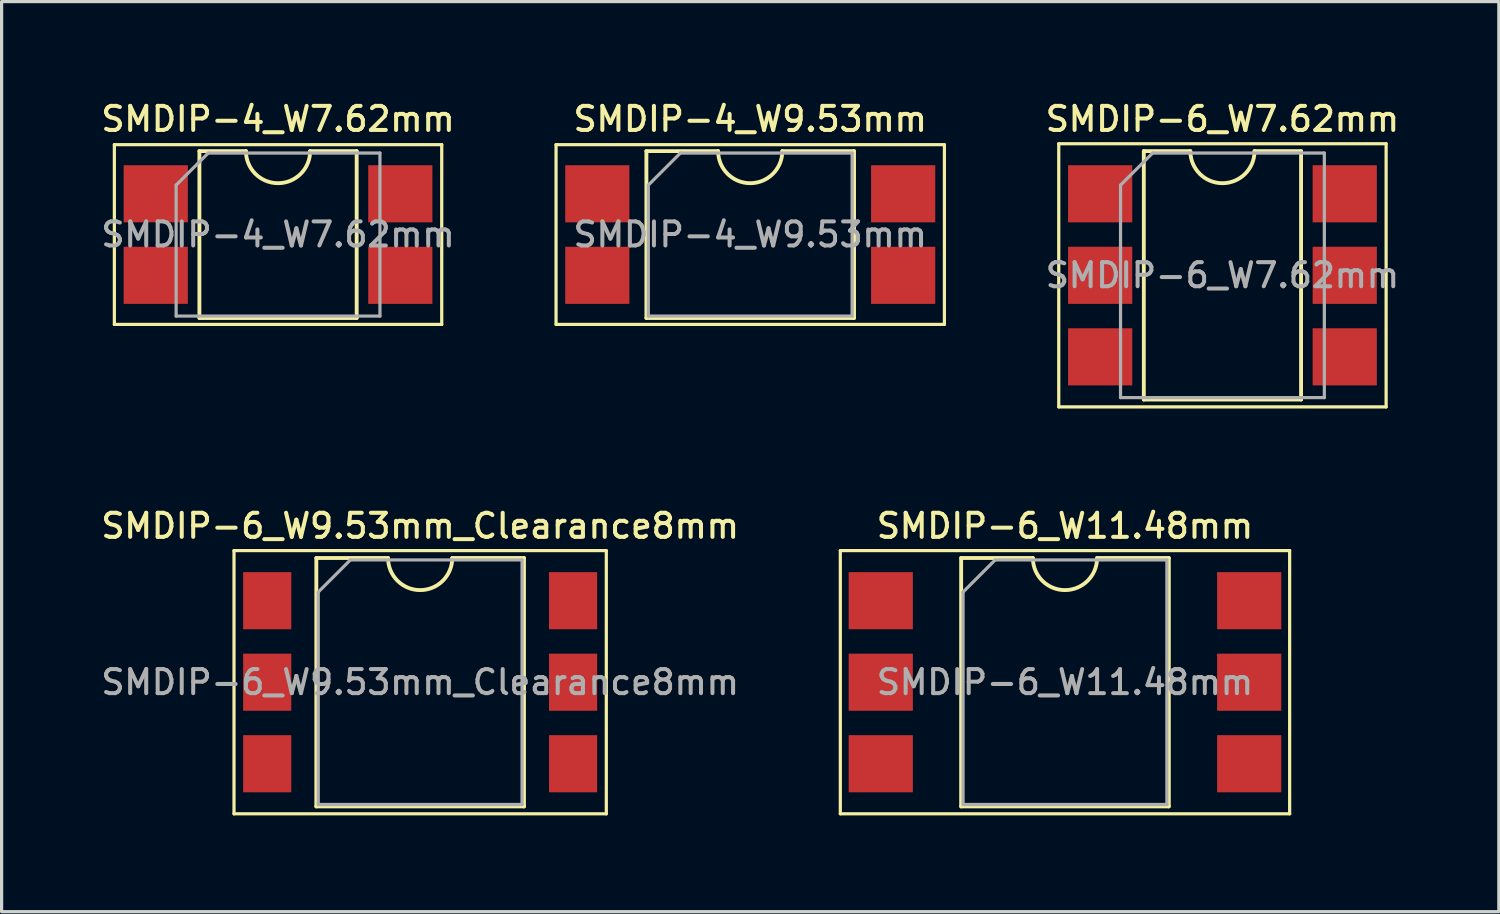
<source format=kicad_pcb>
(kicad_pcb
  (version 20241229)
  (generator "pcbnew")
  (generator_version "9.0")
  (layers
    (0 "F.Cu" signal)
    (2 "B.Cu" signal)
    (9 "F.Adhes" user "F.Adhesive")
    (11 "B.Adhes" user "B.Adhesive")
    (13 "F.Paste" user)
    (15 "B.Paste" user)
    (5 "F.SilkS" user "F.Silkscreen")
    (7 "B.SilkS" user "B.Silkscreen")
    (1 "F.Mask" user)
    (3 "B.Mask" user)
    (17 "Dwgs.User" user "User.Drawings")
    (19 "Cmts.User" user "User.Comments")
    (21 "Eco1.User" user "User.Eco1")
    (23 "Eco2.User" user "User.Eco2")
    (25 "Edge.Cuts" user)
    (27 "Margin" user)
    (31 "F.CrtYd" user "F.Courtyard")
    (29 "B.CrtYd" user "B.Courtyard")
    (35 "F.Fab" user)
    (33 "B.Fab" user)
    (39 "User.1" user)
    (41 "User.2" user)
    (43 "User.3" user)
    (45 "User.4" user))
  (footprint "SMDIP-4_W7.62mm"
    (layer "F.Cu")
    (at 5.613 4.258)
    (property "Reference" "SMDIP-4_W7.62mm" (at 0 -3.6 0) (layer "F.SilkS") (effects (font (size 0.75 0.75) (thickness 0.125))))
    (attr smd)
    (fp_line (start -5.1 -2.8) (end -5.1 2.8) (stroke (width 0.1) (type solid)) (layer "F.SilkS"))
    (fp_line (start -5.1 2.8) (end 5.1 2.8) (stroke (width 0.1) (type solid)) (layer "F.SilkS"))
    (fp_line (start -2.45 -2.6) (end -2.45 2.6) (stroke (width 0.12) (type solid)) (layer "F.SilkS"))
    (fp_line (start -2.45 2.6) (end 2.45 2.6) (stroke (width 0.12) (type solid)) (layer "F.SilkS"))
    (fp_line (start -1 -2.6) (end -2.45 -2.6) (stroke (width 0.12) (type solid)) (layer "F.SilkS"))
    (fp_line (start 2.45 -2.6) (end 1 -2.6) (stroke (width 0.12) (type solid)) (layer "F.SilkS"))
    (fp_line (start 2.45 2.6) (end 2.45 -2.6) (stroke (width 0.12) (type solid)) (layer "F.SilkS"))
    (fp_line (start 5.1 -2.8) (end -5.1 -2.8) (stroke (width 0.1) (type solid)) (layer "F.SilkS"))
    (fp_line (start 5.1 2.8) (end 5.1 -2.8) (stroke (width 0.1) (type solid)) (layer "F.SilkS"))
    (fp_arc (start 1 -2.6) (mid 0 -1.6) (end -1 -2.6) (stroke (width 0.12) (type solid)) (layer "F.SilkS"))
    (fp_line (start -3.175 -1.54) (end -2.175 -2.54) (stroke (width 0.1) (type solid)) (layer "F.Fab"))
    (fp_line (start -3.175 2.54) (end -3.175 -1.54) (stroke (width 0.1) (type solid)) (layer "F.Fab"))
    (fp_line (start -2.175 -2.54) (end 3.175 -2.54) (stroke (width 0.1) (type solid)) (layer "F.Fab"))
    (fp_line (start 3.175 -2.54) (end 3.175 2.54) (stroke (width 0.1) (type solid)) (layer "F.Fab"))
    (fp_line (start 3.175 2.54) (end -3.175 2.54) (stroke (width 0.1) (type solid)) (layer "F.Fab"))
    (fp_text user "${REFERENCE}" (at 0 0 0) (layer "F.Fab") (effects (font (size 0.75 0.75) (thickness 0.125))))
    (pad "1" smd rect (at -3.81 -1.27) (size 2 1.78) (layers "F.Cu" "F.Mask" "F.Paste"))
    (pad "2" smd rect (at -3.81 1.27) (size 2 1.78) (layers "F.Cu" "F.Mask" "F.Paste"))
    (pad "3" smd rect (at 3.81 1.27) (size 2 1.78) (layers "F.Cu" "F.Mask" "F.Paste"))
    (pad "4" smd rect (at 3.81 -1.27) (size 2 1.78) (layers "F.Cu" "F.Mask" "F.Paste")))
  (footprint "SMDIP-4_W9.53mm"
    (layer "F.Cu")
    (at 20.325 4.258)
    (property "Reference" "SMDIP-4_W9.53mm" (at 0 -3.6 0) (layer "F.SilkS") (effects (font (size 0.75 0.75) (thickness 0.125))))
    (attr smd)
    (fp_line (start -6.05 -2.8) (end -6.05 2.8) (stroke (width 0.1) (type solid)) (layer "F.SilkS"))
    (fp_line (start -6.05 2.8) (end 6.05 2.8) (stroke (width 0.1) (type solid)) (layer "F.SilkS"))
    (fp_line (start -3.235 -2.6) (end -3.235 2.6) (stroke (width 0.12) (type solid)) (layer "F.SilkS"))
    (fp_line (start -3.235 2.6) (end 3.235 2.6) (stroke (width 0.12) (type solid)) (layer "F.SilkS"))
    (fp_line (start -1 -2.6) (end -3.235 -2.6) (stroke (width 0.12) (type solid)) (layer "F.SilkS"))
    (fp_line (start 3.235 -2.6) (end 1 -2.6) (stroke (width 0.12) (type solid)) (layer "F.SilkS"))
    (fp_line (start 3.235 2.6) (end 3.235 -2.6) (stroke (width 0.12) (type solid)) (layer "F.SilkS"))
    (fp_line (start 6.05 -2.8) (end -6.05 -2.8) (stroke (width 0.1) (type solid)) (layer "F.SilkS"))
    (fp_line (start 6.05 2.8) (end 6.05 -2.8) (stroke (width 0.1) (type solid)) (layer "F.SilkS"))
    (fp_arc (start 1 -2.6) (mid 0 -1.6) (end -1 -2.6) (stroke (width 0.12) (type solid)) (layer "F.SilkS"))
    (fp_line (start -3.175 -1.54) (end -2.175 -2.54) (stroke (width 0.1) (type solid)) (layer "F.Fab"))
    (fp_line (start -3.175 2.54) (end -3.175 -1.54) (stroke (width 0.1) (type solid)) (layer "F.Fab"))
    (fp_line (start -2.175 -2.54) (end 3.175 -2.54) (stroke (width 0.1) (type solid)) (layer "F.Fab"))
    (fp_line (start 3.175 -2.54) (end 3.175 2.54) (stroke (width 0.1) (type solid)) (layer "F.Fab"))
    (fp_line (start 3.175 2.54) (end -3.175 2.54) (stroke (width 0.1) (type solid)) (layer "F.Fab"))
    (fp_text user "${REFERENCE}" (at 0 0 0) (layer "F.Fab") (effects (font (size 0.75 0.75) (thickness 0.125))))
    (pad "1" smd rect (at -4.765 -1.27) (size 2 1.78) (layers "F.Cu" "F.Mask" "F.Paste"))
    (pad "2" smd rect (at -4.765 1.27) (size 2 1.78) (layers "F.Cu" "F.Mask" "F.Paste"))
    (pad "3" smd rect (at 4.765 1.27) (size 2 1.78) (layers "F.Cu" "F.Mask" "F.Paste"))
    (pad "4" smd rect (at 4.765 -1.27) (size 2 1.78) (layers "F.Cu" "F.Mask" "F.Paste")))
  (footprint "SMDIP-6_W7.62mm"
    (layer "F.Cu")
    (at 35.038 5.528)
    (property "Reference" "SMDIP-6_W7.62mm" (at 0 -4.87 0) (layer "F.SilkS") (effects (font (size 0.75 0.75) (thickness 0.125))))
    (attr smd)
    (fp_line (start -5.1 -4.1) (end -5.1 4.1) (stroke (width 0.1) (type solid)) (layer "F.SilkS"))
    (fp_line (start -5.1 4.1) (end 5.1 4.1) (stroke (width 0.1) (type solid)) (layer "F.SilkS"))
    (fp_line (start -2.45 -3.87) (end -2.45 3.87) (stroke (width 0.12) (type solid)) (layer "F.SilkS"))
    (fp_line (start -2.45 3.87) (end 2.45 3.87) (stroke (width 0.12) (type solid)) (layer "F.SilkS"))
    (fp_line (start -1 -3.87) (end -2.45 -3.87) (stroke (width 0.12) (type solid)) (layer "F.SilkS"))
    (fp_line (start 2.45 -3.87) (end 1 -3.87) (stroke (width 0.12) (type solid)) (layer "F.SilkS"))
    (fp_line (start 2.45 3.87) (end 2.45 -3.87) (stroke (width 0.12) (type solid)) (layer "F.SilkS"))
    (fp_line (start 5.1 -4.1) (end -5.1 -4.1) (stroke (width 0.1) (type solid)) (layer "F.SilkS"))
    (fp_line (start 5.1 4.1) (end 5.1 -4.1) (stroke (width 0.1) (type solid)) (layer "F.SilkS"))
    (fp_arc (start 1 -3.87) (mid 0 -2.87) (end -1 -3.87) (stroke (width 0.12) (type solid)) (layer "F.SilkS"))
    (fp_line (start -3.175 -2.81) (end -2.175 -3.81) (stroke (width 0.1) (type solid)) (layer "F.Fab"))
    (fp_line (start -3.175 3.81) (end -3.175 -2.81) (stroke (width 0.1) (type solid)) (layer "F.Fab"))
    (fp_line (start -2.175 -3.81) (end 3.175 -3.81) (stroke (width 0.1) (type solid)) (layer "F.Fab"))
    (fp_line (start 3.175 -3.81) (end 3.175 3.81) (stroke (width 0.1) (type solid)) (layer "F.Fab"))
    (fp_line (start 3.175 3.81) (end -3.175 3.81) (stroke (width 0.1) (type solid)) (layer "F.Fab"))
    (fp_text user "${REFERENCE}" (at 0 0 0) (layer "F.Fab") (effects (font (size 0.75 0.75) (thickness 0.125))))
    (pad "1" smd rect (at -3.81 -2.54) (size 2 1.78) (layers "F.Cu" "F.Mask" "F.Paste"))
    (pad "2" smd rect (at -3.81 0) (size 2 1.78) (layers "F.Cu" "F.Mask" "F.Paste"))
    (pad "3" smd rect (at -3.81 2.54) (size 2 1.78) (layers "F.Cu" "F.Mask" "F.Paste"))
    (pad "4" smd rect (at 3.81 2.54) (size 2 1.78) (layers "F.Cu" "F.Mask" "F.Paste"))
    (pad "5" smd rect (at 3.81 0) (size 2 1.78) (layers "F.Cu" "F.Mask" "F.Paste"))
    (pad "6" smd rect (at 3.81 -2.54) (size 2 1.78) (layers "F.Cu" "F.Mask" "F.Paste")))
  (footprint "SMDIP-6_W9.53mm_Clearance8mm"
    (layer "F.Cu")
    (at 10.041 18.206)
    (property "Reference" "SMDIP-6_W9.53mm_Clearance8mm" (at 0 -4.87 0) (layer "F.SilkS") (effects (font (size 0.75 0.75) (thickness 0.125))))
    (attr smd)
    (fp_line (start -5.8 -4.1) (end -5.8 4.1) (stroke (width 0.1) (type solid)) (layer "F.SilkS"))
    (fp_line (start -5.8 4.1) (end 5.8 4.1) (stroke (width 0.1) (type solid)) (layer "F.SilkS"))
    (fp_line (start -3.235 -3.87) (end -3.235 3.87) (stroke (width 0.12) (type solid)) (layer "F.SilkS"))
    (fp_line (start -3.235 3.87) (end 3.235 3.87) (stroke (width 0.12) (type solid)) (layer "F.SilkS"))
    (fp_line (start -1 -3.87) (end -3.235 -3.87) (stroke (width 0.12) (type solid)) (layer "F.SilkS"))
    (fp_line (start 3.235 -3.87) (end 1 -3.87) (stroke (width 0.12) (type solid)) (layer "F.SilkS"))
    (fp_line (start 3.235 3.87) (end 3.235 -3.87) (stroke (width 0.12) (type solid)) (layer "F.SilkS"))
    (fp_line (start 5.8 -4.1) (end -5.8 -4.1) (stroke (width 0.1) (type solid)) (layer "F.SilkS"))
    (fp_line (start 5.8 4.1) (end 5.8 -4.1) (stroke (width 0.1) (type solid)) (layer "F.SilkS"))
    (fp_arc (start 1 -3.87) (mid 0 -2.87) (end -1 -3.87) (stroke (width 0.12) (type solid)) (layer "F.SilkS"))
    (fp_line (start -3.175 -2.81) (end -2.175 -3.81) (stroke (width 0.1) (type solid)) (layer "F.Fab"))
    (fp_line (start -3.175 3.81) (end -3.175 -2.81) (stroke (width 0.1) (type solid)) (layer "F.Fab"))
    (fp_line (start -2.175 -3.81) (end 3.175 -3.81) (stroke (width 0.1) (type solid)) (layer "F.Fab"))
    (fp_line (start 3.175 -3.81) (end 3.175 3.81) (stroke (width 0.1) (type solid)) (layer "F.Fab"))
    (fp_line (start 3.175 3.81) (end -3.175 3.81) (stroke (width 0.1) (type solid)) (layer "F.Fab"))
    (fp_text user "${REFERENCE}" (at 0 0 0) (layer "F.Fab") (effects (font (size 0.75 0.75) (thickness 0.125))))
    (pad "1" smd rect (at -4.765 -2.54) (size 1.5 1.78) (layers "F.Cu" "F.Mask" "F.Paste"))
    (pad "2" smd rect (at -4.765 0) (size 1.5 1.78) (layers "F.Cu" "F.Mask" "F.Paste"))
    (pad "3" smd rect (at -4.765 2.54) (size 1.5 1.78) (layers "F.Cu" "F.Mask" "F.Paste"))
    (pad "4" smd rect (at 4.765 2.54) (size 1.5 1.78) (layers "F.Cu" "F.Mask" "F.Paste"))
    (pad "5" smd rect (at 4.765 0) (size 1.5 1.78) (layers "F.Cu" "F.Mask" "F.Paste"))
    (pad "6" smd rect (at 4.765 -2.54) (size 1.5 1.78) (layers "F.Cu" "F.Mask" "F.Paste")))
  (footprint "SMDIP-6_W11.48mm"
    (layer "F.Cu")
    (at 30.132 18.206)
    (property "Reference" "SMDIP-6_W11.48mm" (at 0 -4.87 0) (layer "F.SilkS") (effects (font (size 0.75 0.75) (thickness 0.125))))
    (attr smd)
    (fp_line (start -7 -4.1) (end -7 4.1) (stroke (width 0.1) (type solid)) (layer "F.SilkS"))
    (fp_line (start -7 4.1) (end 7 4.1) (stroke (width 0.1) (type solid)) (layer "F.SilkS"))
    (fp_line (start -3.235 -3.87) (end -3.235 3.87) (stroke (width 0.12) (type solid)) (layer "F.SilkS"))
    (fp_line (start -3.235 3.87) (end 3.235 3.87) (stroke (width 0.12) (type solid)) (layer "F.SilkS"))
    (fp_line (start -1 -3.87) (end -3.235 -3.87) (stroke (width 0.12) (type solid)) (layer "F.SilkS"))
    (fp_line (start 3.235 -3.87) (end 1 -3.87) (stroke (width 0.12) (type solid)) (layer "F.SilkS"))
    (fp_line (start 3.235 3.87) (end 3.235 -3.87) (stroke (width 0.12) (type solid)) (layer "F.SilkS"))
    (fp_line (start 7 -4.1) (end -7 -4.1) (stroke (width 0.1) (type solid)) (layer "F.SilkS"))
    (fp_line (start 7 4.1) (end 7 -4.1) (stroke (width 0.1) (type solid)) (layer "F.SilkS"))
    (fp_arc (start 1 -3.87) (mid 0 -2.87) (end -1 -3.87) (stroke (width 0.12) (type solid)) (layer "F.SilkS"))
    (fp_line (start -3.175 -2.81) (end -2.175 -3.81) (stroke (width 0.1) (type solid)) (layer "F.Fab"))
    (fp_line (start -3.175 3.81) (end -3.175 -2.81) (stroke (width 0.1) (type solid)) (layer "F.Fab"))
    (fp_line (start -2.175 -3.81) (end 3.175 -3.81) (stroke (width 0.1) (type solid)) (layer "F.Fab"))
    (fp_line (start 3.175 -3.81) (end 3.175 3.81) (stroke (width 0.1) (type solid)) (layer "F.Fab"))
    (fp_line (start 3.175 3.81) (end -3.175 3.81) (stroke (width 0.1) (type solid)) (layer "F.Fab"))
    (fp_text user "${REFERENCE}" (at 0 0 0) (layer "F.Fab") (effects (font (size 0.75 0.75) (thickness 0.125))))
    (pad "1" smd rect (at -5.74 -2.54) (size 2 1.78) (layers "F.Cu" "F.Mask" "F.Paste"))
    (pad "2" smd rect (at -5.74 0) (size 2 1.78) (layers "F.Cu" "F.Mask" "F.Paste"))
    (pad "3" smd rect (at -5.74 2.54) (size 2 1.78) (layers "F.Cu" "F.Mask" "F.Paste"))
    (pad "4" smd rect (at 5.74 2.54) (size 2 1.78) (layers "F.Cu" "F.Mask" "F.Paste"))
    (pad "5" smd rect (at 5.74 0) (size 2 1.78) (layers "F.Cu" "F.Mask" "F.Paste"))
    (pad "6" smd rect (at 5.74 -2.54) (size 2 1.78) (layers "F.Cu" "F.Mask" "F.Paste")))
  (gr_rect
    (start -3 -3)
    (end 43.65 25.356)
    (stroke (width 0.1) (type default))
    (fill no)
    (layer "Edge.Cuts")))
</source>
